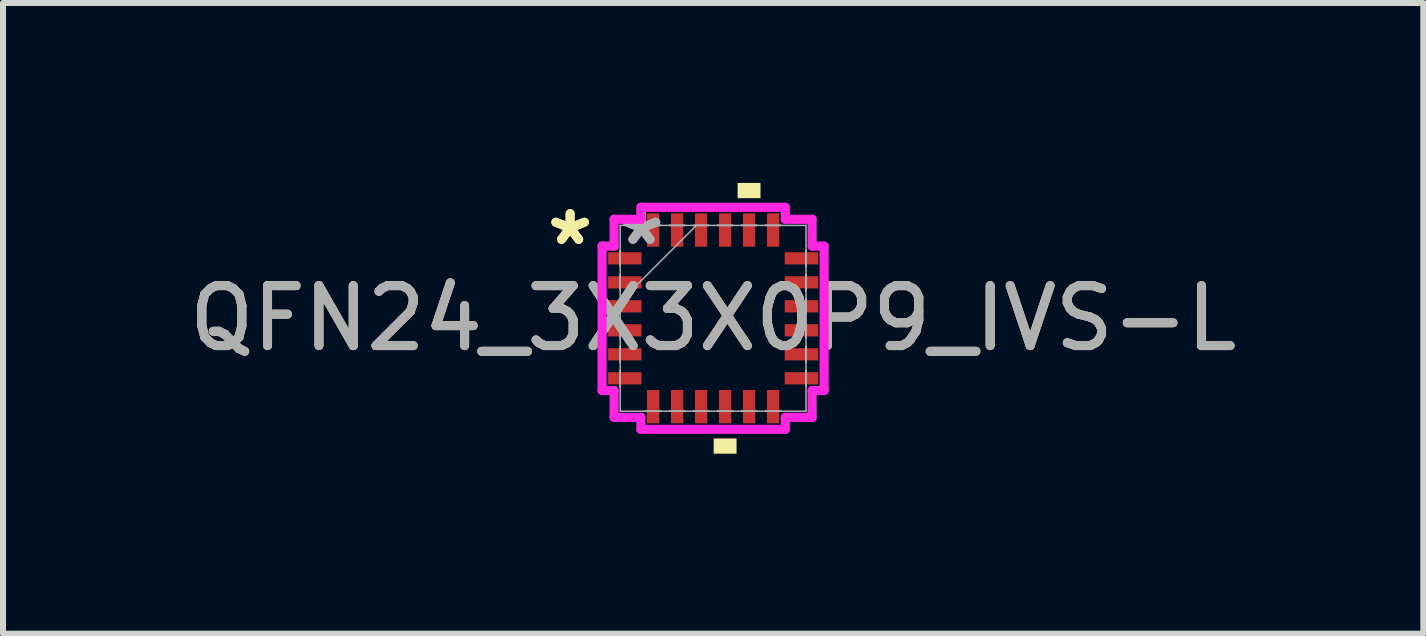
<source format=kicad_pcb>
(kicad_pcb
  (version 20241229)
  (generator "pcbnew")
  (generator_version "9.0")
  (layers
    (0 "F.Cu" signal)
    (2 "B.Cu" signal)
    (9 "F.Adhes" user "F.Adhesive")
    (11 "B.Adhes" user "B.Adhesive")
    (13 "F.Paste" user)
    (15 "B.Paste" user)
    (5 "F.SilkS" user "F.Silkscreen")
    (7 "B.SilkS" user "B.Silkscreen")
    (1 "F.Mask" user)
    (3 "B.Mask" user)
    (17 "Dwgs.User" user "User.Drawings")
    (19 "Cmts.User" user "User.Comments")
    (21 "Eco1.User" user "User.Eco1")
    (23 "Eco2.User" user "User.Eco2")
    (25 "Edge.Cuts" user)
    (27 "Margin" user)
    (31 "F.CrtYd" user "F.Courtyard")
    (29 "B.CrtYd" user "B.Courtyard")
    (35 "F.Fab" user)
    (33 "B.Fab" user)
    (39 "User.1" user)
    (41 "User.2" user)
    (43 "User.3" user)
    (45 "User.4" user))
  (footprint "QFN24_3X3X0P9_IVS-L"
    (layer "F.Cu")
    (at 8.839 2.257)
    (property "Reference" "QFN24_3X3X0P9_IVS-L" (at 0 0 0) (unlocked yes) (layer "F.SilkS") (effects (font (size 1 1) (thickness 0.15))))
    (attr smd)
    (fp_poly (pts (xy 0.009 2.003) (xy 0.009 2.257) (xy 0.391 2.257) (xy 0.391 2.003)) (stroke (width 0) (type solid)) (fill yes) (layer "F.SilkS"))
    (fp_poly (pts (xy 0.409 -2.003) (xy 0.409 -2.257) (xy 0.79 -2.257) (xy 0.79 -2.003)) (stroke (width 0) (type solid)) (fill yes) (layer "F.SilkS"))
    (fp_line (start -1.851 -1.204) (end -1.651 -1.204) (stroke (width 0.152) (type solid)) (layer "F.CrtYd"))
    (fp_line (start -1.851 1.204) (end -1.851 -1.204) (stroke (width 0.152) (type solid)) (layer "F.CrtYd"))
    (fp_line (start -1.651 -1.651) (end -1.204 -1.651) (stroke (width 0.152) (type solid)) (layer "F.CrtYd"))
    (fp_line (start -1.651 -1.204) (end -1.651 -1.651) (stroke (width 0.152) (type solid)) (layer "F.CrtYd"))
    (fp_line (start -1.651 1.204) (end -1.851 1.204) (stroke (width 0.152) (type solid)) (layer "F.CrtYd"))
    (fp_line (start -1.651 1.651) (end -1.651 1.204) (stroke (width 0.152) (type solid)) (layer "F.CrtYd"))
    (fp_line (start -1.204 -1.851) (end 1.204 -1.851) (stroke (width 0.152) (type solid)) (layer "F.CrtYd"))
    (fp_line (start -1.204 -1.651) (end -1.204 -1.851) (stroke (width 0.152) (type solid)) (layer "F.CrtYd"))
    (fp_line (start -1.204 1.651) (end -1.651 1.651) (stroke (width 0.152) (type solid)) (layer "F.CrtYd"))
    (fp_line (start -1.204 1.851) (end -1.204 1.651) (stroke (width 0.152) (type solid)) (layer "F.CrtYd"))
    (fp_line (start 1.204 -1.851) (end 1.204 -1.651) (stroke (width 0.152) (type solid)) (layer "F.CrtYd"))
    (fp_line (start 1.204 -1.651) (end 1.651 -1.651) (stroke (width 0.152) (type solid)) (layer "F.CrtYd"))
    (fp_line (start 1.204 1.651) (end 1.204 1.851) (stroke (width 0.152) (type solid)) (layer "F.CrtYd"))
    (fp_line (start 1.204 1.851) (end -1.204 1.851) (stroke (width 0.152) (type solid)) (layer "F.CrtYd"))
    (fp_line (start 1.651 -1.651) (end 1.651 -1.204) (stroke (width 0.152) (type solid)) (layer "F.CrtYd"))
    (fp_line (start 1.651 -1.204) (end 1.851 -1.204) (stroke (width 0.152) (type solid)) (layer "F.CrtYd"))
    (fp_line (start 1.651 1.204) (end 1.651 1.651) (stroke (width 0.152) (type solid)) (layer "F.CrtYd"))
    (fp_line (start 1.651 1.651) (end 1.204 1.651) (stroke (width 0.152) (type solid)) (layer "F.CrtYd"))
    (fp_line (start 1.851 -1.204) (end 1.851 1.204) (stroke (width 0.152) (type solid)) (layer "F.CrtYd"))
    (fp_line (start 1.851 1.204) (end 1.651 1.204) (stroke (width 0.152) (type solid)) (layer "F.CrtYd"))
    (fp_line (start -1.549 -1.549) (end -1.549 -1.549) (stroke (width 0.025) (type solid)) (layer "F.Fab"))
    (fp_line (start -1.549 -1.549) (end -1.549 1.549) (stroke (width 0.025) (type solid)) (layer "F.Fab"))
    (fp_line (start -1.549 -1.127) (end -1.549 -1.127) (stroke (width 0.025) (type solid)) (layer "F.Fab"))
    (fp_line (start -1.549 -1.127) (end -1.549 -0.873) (stroke (width 0.025) (type solid)) (layer "F.Fab"))
    (fp_line (start -1.549 -0.873) (end -1.549 -1.127) (stroke (width 0.025) (type solid)) (layer "F.Fab"))
    (fp_line (start -1.549 -0.873) (end -1.549 -0.873) (stroke (width 0.025) (type solid)) (layer "F.Fab"))
    (fp_line (start -1.549 -0.727) (end -1.549 -0.727) (stroke (width 0.025) (type solid)) (layer "F.Fab"))
    (fp_line (start -1.549 -0.727) (end -1.549 -0.473) (stroke (width 0.025) (type solid)) (layer "F.Fab"))
    (fp_line (start -1.549 -0.473) (end -1.549 -0.727) (stroke (width 0.025) (type solid)) (layer "F.Fab"))
    (fp_line (start -1.549 -0.473) (end -1.549 -0.473) (stroke (width 0.025) (type solid)) (layer "F.Fab"))
    (fp_line (start -1.549 -0.327) (end -1.549 -0.327) (stroke (width 0.025) (type solid)) (layer "F.Fab"))
    (fp_line (start -1.549 -0.327) (end -1.549 -0.073) (stroke (width 0.025) (type solid)) (layer "F.Fab"))
    (fp_line (start -1.549 -0.279) (end -0.279 -1.549) (stroke (width 0.025) (type solid)) (layer "F.Fab"))
    (fp_line (start -1.549 -0.073) (end -1.549 -0.327) (stroke (width 0.025) (type solid)) (layer "F.Fab"))
    (fp_line (start -1.549 -0.073) (end -1.549 -0.073) (stroke (width 0.025) (type solid)) (layer "F.Fab"))
    (fp_line (start -1.549 0.073) (end -1.549 0.073) (stroke (width 0.025) (type solid)) (layer "F.Fab"))
    (fp_line (start -1.549 0.073) (end -1.549 0.327) (stroke (width 0.025) (type solid)) (layer "F.Fab"))
    (fp_line (start -1.549 0.327) (end -1.549 0.073) (stroke (width 0.025) (type solid)) (layer "F.Fab"))
    (fp_line (start -1.549 0.327) (end -1.549 0.327) (stroke (width 0.025) (type solid)) (layer "F.Fab"))
    (fp_line (start -1.549 0.473) (end -1.549 0.473) (stroke (width 0.025) (type solid)) (layer "F.Fab"))
    (fp_line (start -1.549 0.473) (end -1.549 0.727) (stroke (width 0.025) (type solid)) (layer "F.Fab"))
    (fp_line (start -1.549 0.727) (end -1.549 0.473) (stroke (width 0.025) (type solid)) (layer "F.Fab"))
    (fp_line (start -1.549 0.727) (end -1.549 0.727) (stroke (width 0.025) (type solid)) (layer "F.Fab"))
    (fp_line (start -1.549 0.873) (end -1.549 0.873) (stroke (width 0.025) (type solid)) (layer "F.Fab"))
    (fp_line (start -1.549 0.873) (end -1.549 1.127) (stroke (width 0.025) (type solid)) (layer "F.Fab"))
    (fp_line (start -1.549 1.127) (end -1.549 0.873) (stroke (width 0.025) (type solid)) (layer "F.Fab"))
    (fp_line (start -1.549 1.127) (end -1.549 1.127) (stroke (width 0.025) (type solid)) (layer "F.Fab"))
    (fp_line (start -1.549 1.549) (end -1.549 1.549) (stroke (width 0.025) (type solid)) (layer "F.Fab"))
    (fp_line (start -1.549 1.549) (end 1.549 1.549) (stroke (width 0.025) (type solid)) (layer "F.Fab"))
    (fp_line (start -1.127 -1.549) (end -1.127 -1.549) (stroke (width 0.025) (type solid)) (layer "F.Fab"))
    (fp_line (start -1.127 -1.549) (end -0.873 -1.549) (stroke (width 0.025) (type solid)) (layer "F.Fab"))
    (fp_line (start -1.127 1.549) (end -1.127 1.549) (stroke (width 0.025) (type solid)) (layer "F.Fab"))
    (fp_line (start -1.127 1.549) (end -0.873 1.549) (stroke (width 0.025) (type solid)) (layer "F.Fab"))
    (fp_line (start -0.873 -1.549) (end -1.127 -1.549) (stroke (width 0.025) (type solid)) (layer "F.Fab"))
    (fp_line (start -0.873 -1.549) (end -0.873 -1.549) (stroke (width 0.025) (type solid)) (layer "F.Fab"))
    (fp_line (start -0.873 1.549) (end -1.127 1.549) (stroke (width 0.025) (type solid)) (layer "F.Fab"))
    (fp_line (start -0.873 1.549) (end -0.873 1.549) (stroke (width 0.025) (type solid)) (layer "F.Fab"))
    (fp_line (start -0.727 -1.549) (end -0.727 -1.549) (stroke (width 0.025) (type solid)) (layer "F.Fab"))
    (fp_line (start -0.727 -1.549) (end -0.473 -1.549) (stroke (width 0.025) (type solid)) (layer "F.Fab"))
    (fp_line (start -0.727 1.549) (end -0.727 1.549) (stroke (width 0.025) (type solid)) (layer "F.Fab"))
    (fp_line (start -0.727 1.549) (end -0.473 1.549) (stroke (width 0.025) (type solid)) (layer "F.Fab"))
    (fp_line (start -0.473 -1.549) (end -0.727 -1.549) (stroke (width 0.025) (type solid)) (layer "F.Fab"))
    (fp_line (start -0.473 -1.549) (end -0.473 -1.549) (stroke (width 0.025) (type solid)) (layer "F.Fab"))
    (fp_line (start -0.473 1.549) (end -0.727 1.549) (stroke (width 0.025) (type solid)) (layer "F.Fab"))
    (fp_line (start -0.473 1.549) (end -0.473 1.549) (stroke (width 0.025) (type solid)) (layer "F.Fab"))
    (fp_line (start -0.327 -1.549) (end -0.327 -1.549) (stroke (width 0.025) (type solid)) (layer "F.Fab"))
    (fp_line (start -0.327 -1.549) (end -0.073 -1.549) (stroke (width 0.025) (type solid)) (layer "F.Fab"))
    (fp_line (start -0.327 1.549) (end -0.327 1.549) (stroke (width 0.025) (type solid)) (layer "F.Fab"))
    (fp_line (start -0.327 1.549) (end -0.073 1.549) (stroke (width 0.025) (type solid)) (layer "F.Fab"))
    (fp_line (start -0.073 -1.549) (end -0.327 -1.549) (stroke (width 0.025) (type solid)) (layer "F.Fab"))
    (fp_line (start -0.073 -1.549) (end -0.073 -1.549) (stroke (width 0.025) (type solid)) (layer "F.Fab"))
    (fp_line (start -0.073 1.549) (end -0.327 1.549) (stroke (width 0.025) (type solid)) (layer "F.Fab"))
    (fp_line (start -0.073 1.549) (end -0.073 1.549) (stroke (width 0.025) (type solid)) (layer "F.Fab"))
    (fp_line (start 0.073 -1.549) (end 0.073 -1.549) (stroke (width 0.025) (type solid)) (layer "F.Fab"))
    (fp_line (start 0.073 -1.549) (end 0.327 -1.549) (stroke (width 0.025) (type solid)) (layer "F.Fab"))
    (fp_line (start 0.073 1.549) (end 0.073 1.549) (stroke (width 0.025) (type solid)) (layer "F.Fab"))
    (fp_line (start 0.073 1.549) (end 0.327 1.549) (stroke (width 0.025) (type solid)) (layer "F.Fab"))
    (fp_line (start 0.327 -1.549) (end 0.073 -1.549) (stroke (width 0.025) (type solid)) (layer "F.Fab"))
    (fp_line (start 0.327 -1.549) (end 0.327 -1.549) (stroke (width 0.025) (type solid)) (layer "F.Fab"))
    (fp_line (start 0.327 1.549) (end 0.073 1.549) (stroke (width 0.025) (type solid)) (layer "F.Fab"))
    (fp_line (start 0.327 1.549) (end 0.327 1.549) (stroke (width 0.025) (type solid)) (layer "F.Fab"))
    (fp_line (start 0.473 -1.549) (end 0.473 -1.549) (stroke (width 0.025) (type solid)) (layer "F.Fab"))
    (fp_line (start 0.473 -1.549) (end 0.727 -1.549) (stroke (width 0.025) (type solid)) (layer "F.Fab"))
    (fp_line (start 0.473 1.549) (end 0.473 1.549) (stroke (width 0.025) (type solid)) (layer "F.Fab"))
    (fp_line (start 0.473 1.549) (end 0.727 1.549) (stroke (width 0.025) (type solid)) (layer "F.Fab"))
    (fp_line (start 0.727 -1.549) (end 0.473 -1.549) (stroke (width 0.025) (type solid)) (layer "F.Fab"))
    (fp_line (start 0.727 -1.549) (end 0.727 -1.549) (stroke (width 0.025) (type solid)) (layer "F.Fab"))
    (fp_line (start 0.727 1.549) (end 0.473 1.549) (stroke (width 0.025) (type solid)) (layer "F.Fab"))
    (fp_line (start 0.727 1.549) (end 0.727 1.549) (stroke (width 0.025) (type solid)) (layer "F.Fab"))
    (fp_line (start 0.873 -1.549) (end 0.873 -1.549) (stroke (width 0.025) (type solid)) (layer "F.Fab"))
    (fp_line (start 0.873 -1.549) (end 1.127 -1.549) (stroke (width 0.025) (type solid)) (layer "F.Fab"))
    (fp_line (start 0.873 1.549) (end 0.873 1.549) (stroke (width 0.025) (type solid)) (layer "F.Fab"))
    (fp_line (start 0.873 1.549) (end 1.127 1.549) (stroke (width 0.025) (type solid)) (layer "F.Fab"))
    (fp_line (start 1.127 -1.549) (end 0.873 -1.549) (stroke (width 0.025) (type solid)) (layer "F.Fab"))
    (fp_line (start 1.127 -1.549) (end 1.127 -1.549) (stroke (width 0.025) (type solid)) (layer "F.Fab"))
    (fp_line (start 1.127 1.549) (end 0.873 1.549) (stroke (width 0.025) (type solid)) (layer "F.Fab"))
    (fp_line (start 1.127 1.549) (end 1.127 1.549) (stroke (width 0.025) (type solid)) (layer "F.Fab"))
    (fp_line (start 1.549 -1.549) (end -1.549 -1.549) (stroke (width 0.025) (type solid)) (layer "F.Fab"))
    (fp_line (start 1.549 -1.549) (end 1.549 -1.549) (stroke (width 0.025) (type solid)) (layer "F.Fab"))
    (fp_line (start 1.549 -1.127) (end 1.549 -1.127) (stroke (width 0.025) (type solid)) (layer "F.Fab"))
    (fp_line (start 1.549 -1.127) (end 1.549 -0.873) (stroke (width 0.025) (type solid)) (layer "F.Fab"))
    (fp_line (start 1.549 -0.873) (end 1.549 -1.127) (stroke (width 0.025) (type solid)) (layer "F.Fab"))
    (fp_line (start 1.549 -0.873) (end 1.549 -0.873) (stroke (width 0.025) (type solid)) (layer "F.Fab"))
    (fp_line (start 1.549 -0.727) (end 1.549 -0.727) (stroke (width 0.025) (type solid)) (layer "F.Fab"))
    (fp_line (start 1.549 -0.727) (end 1.549 -0.473) (stroke (width 0.025) (type solid)) (layer "F.Fab"))
    (fp_line (start 1.549 -0.473) (end 1.549 -0.727) (stroke (width 0.025) (type solid)) (layer "F.Fab"))
    (fp_line (start 1.549 -0.473) (end 1.549 -0.473) (stroke (width 0.025) (type solid)) (layer "F.Fab"))
    (fp_line (start 1.549 -0.327) (end 1.549 -0.327) (stroke (width 0.025) (type solid)) (layer "F.Fab"))
    (fp_line (start 1.549 -0.327) (end 1.549 -0.073) (stroke (width 0.025) (type solid)) (layer "F.Fab"))
    (fp_line (start 1.549 -0.073) (end 1.549 -0.327) (stroke (width 0.025) (type solid)) (layer "F.Fab"))
    (fp_line (start 1.549 -0.073) (end 1.549 -0.073) (stroke (width 0.025) (type solid)) (layer "F.Fab"))
    (fp_line (start 1.549 0.073) (end 1.549 0.073) (stroke (width 0.025) (type solid)) (layer "F.Fab"))
    (fp_line (start 1.549 0.073) (end 1.549 0.327) (stroke (width 0.025) (type solid)) (layer "F.Fab"))
    (fp_line (start 1.549 0.327) (end 1.549 0.073) (stroke (width 0.025) (type solid)) (layer "F.Fab"))
    (fp_line (start 1.549 0.327) (end 1.549 0.327) (stroke (width 0.025) (type solid)) (layer "F.Fab"))
    (fp_line (start 1.549 0.473) (end 1.549 0.473) (stroke (width 0.025) (type solid)) (layer "F.Fab"))
    (fp_line (start 1.549 0.473) (end 1.549 0.727) (stroke (width 0.025) (type solid)) (layer "F.Fab"))
    (fp_line (start 1.549 0.727) (end 1.549 0.473) (stroke (width 0.025) (type solid)) (layer "F.Fab"))
    (fp_line (start 1.549 0.727) (end 1.549 0.727) (stroke (width 0.025) (type solid)) (layer "F.Fab"))
    (fp_line (start 1.549 0.873) (end 1.549 0.873) (stroke (width 0.025) (type solid)) (layer "F.Fab"))
    (fp_line (start 1.549 0.873) (end 1.549 1.127) (stroke (width 0.025) (type solid)) (layer "F.Fab"))
    (fp_line (start 1.549 1.127) (end 1.549 0.873) (stroke (width 0.025) (type solid)) (layer "F.Fab"))
    (fp_line (start 1.549 1.127) (end 1.549 1.127) (stroke (width 0.025) (type solid)) (layer "F.Fab"))
    (fp_line (start 1.549 1.549) (end 1.549 -1.549) (stroke (width 0.025) (type solid)) (layer "F.Fab"))
    (fp_line (start 1.549 1.549) (end 1.549 1.549) (stroke (width 0.025) (type solid)) (layer "F.Fab"))
    (fp_text user "*" (at -2.384 -1.2 0) (unlocked yes) (layer "F.SilkS") (effects (font (size 1 1) (thickness 0.15))))
    (fp_text user "*" (at -2.384 -1.2 0) (layer "F.SilkS") (effects (font (size 1 1) (thickness 0.15))))
    (fp_text user "*" (at -1.194 -1.2 0) (unlocked yes) (layer "F.Fab") (effects (font (size 1 1) (thickness 0.15))))
    (fp_text user "${REFERENCE}" (at 0 0 0) (unlocked yes) (layer "F.Fab") (effects (font (size 1 1) (thickness 0.15))))
    (fp_text user "*" (at -1.194 -1.2 0) (layer "F.Fab") (effects (font (size 1 1) (thickness 0.15))))
    (pad "1" smd rect (at -1.472 -1 90) (size 0.204 0.556) (layers "F.Cu" "F.Mask" "F.Paste"))
    (pad "2" smd rect (at -1.472 -0.6 90) (size 0.204 0.556) (layers "F.Cu" "F.Mask" "F.Paste"))
    (pad "3" smd rect (at -1.472 -0.2 90) (size 0.204 0.556) (layers "F.Cu" "F.Mask" "F.Paste"))
    (pad "4" smd rect (at -1.472 0.2 90) (size 0.204 0.556) (layers "F.Cu" "F.Mask" "F.Paste"))
    (pad "5" smd rect (at -1.472 0.6 90) (size 0.204 0.556) (layers "F.Cu" "F.Mask" "F.Paste"))
    (pad "6" smd rect (at -1.472 1 90) (size 0.204 0.556) (layers "F.Cu" "F.Mask" "F.Paste"))
    (pad "7" smd rect (at -1 1.472) (size 0.204 0.556) (layers "F.Cu" "F.Mask" "F.Paste"))
    (pad "8" smd rect (at -0.6 1.472) (size 0.204 0.556) (layers "F.Cu" "F.Mask" "F.Paste"))
    (pad "9" smd rect (at -0.2 1.472) (size 0.204 0.556) (layers "F.Cu" "F.Mask" "F.Paste"))
    (pad "10" smd rect (at 0.2 1.472) (size 0.204 0.556) (layers "F.Cu" "F.Mask" "F.Paste"))
    (pad "11" smd rect (at 0.6 1.472) (size 0.204 0.556) (layers "F.Cu" "F.Mask" "F.Paste"))
    (pad "12" smd rect (at 1 1.472) (size 0.204 0.556) (layers "F.Cu" "F.Mask" "F.Paste"))
    (pad "13" smd rect (at 1.472 1 90) (size 0.204 0.556) (layers "F.Cu" "F.Mask" "F.Paste"))
    (pad "14" smd rect (at 1.472 0.6 90) (size 0.204 0.556) (layers "F.Cu" "F.Mask" "F.Paste"))
    (pad "15" smd rect (at 1.472 0.2 90) (size 0.204 0.556) (layers "F.Cu" "F.Mask" "F.Paste"))
    (pad "16" smd rect (at 1.472 -0.2 90) (size 0.204 0.556) (layers "F.Cu" "F.Mask" "F.Paste"))
    (pad "17" smd rect (at 1.472 -0.6 90) (size 0.204 0.556) (layers "F.Cu" "F.Mask" "F.Paste"))
    (pad "18" smd rect (at 1.472 -1 90) (size 0.204 0.556) (layers "F.Cu" "F.Mask" "F.Paste"))
    (pad "19" smd rect (at 1 -1.472) (size 0.204 0.556) (layers "F.Cu" "F.Mask" "F.Paste"))
    (pad "20" smd rect (at 0.6 -1.472) (size 0.204 0.556) (layers "F.Cu" "F.Mask" "F.Paste"))
    (pad "21" smd rect (at 0.2 -1.472) (size 0.204 0.556) (layers "F.Cu" "F.Mask" "F.Paste"))
    (pad "22" smd rect (at -0.2 -1.472) (size 0.204 0.556) (layers "F.Cu" "F.Mask" "F.Paste"))
    (pad "23" smd rect (at -0.6 -1.472) (size 0.204 0.556) (layers "F.Cu" "F.Mask" "F.Paste"))
    (pad "24" smd rect (at -1 -1.472) (size 0.204 0.556) (layers "F.Cu" "F.Mask" "F.Paste"))
    (zone (net_name "") (layer "F.Cu") (hatch full 0.508) (connect_pads) (min_thickness 0.254) (filled_areas_thickness no) (keepout (tracks not_allowed) (vias not_allowed) (pads allowed) (copperpour not_allowed) (footprints allowed)) (placement (enabled no)) (fill) (polygon (pts (xy 8.039 1.457) (xy 9.639 1.457) (xy 9.639 3.058) (xy 8.039 3.058)))))
  (gr_rect
    (start -3 -3)
    (end 20.679 7.515)
    (stroke (width 0.1) (type default))
    (fill no)
    (layer "Edge.Cuts")))
</source>
